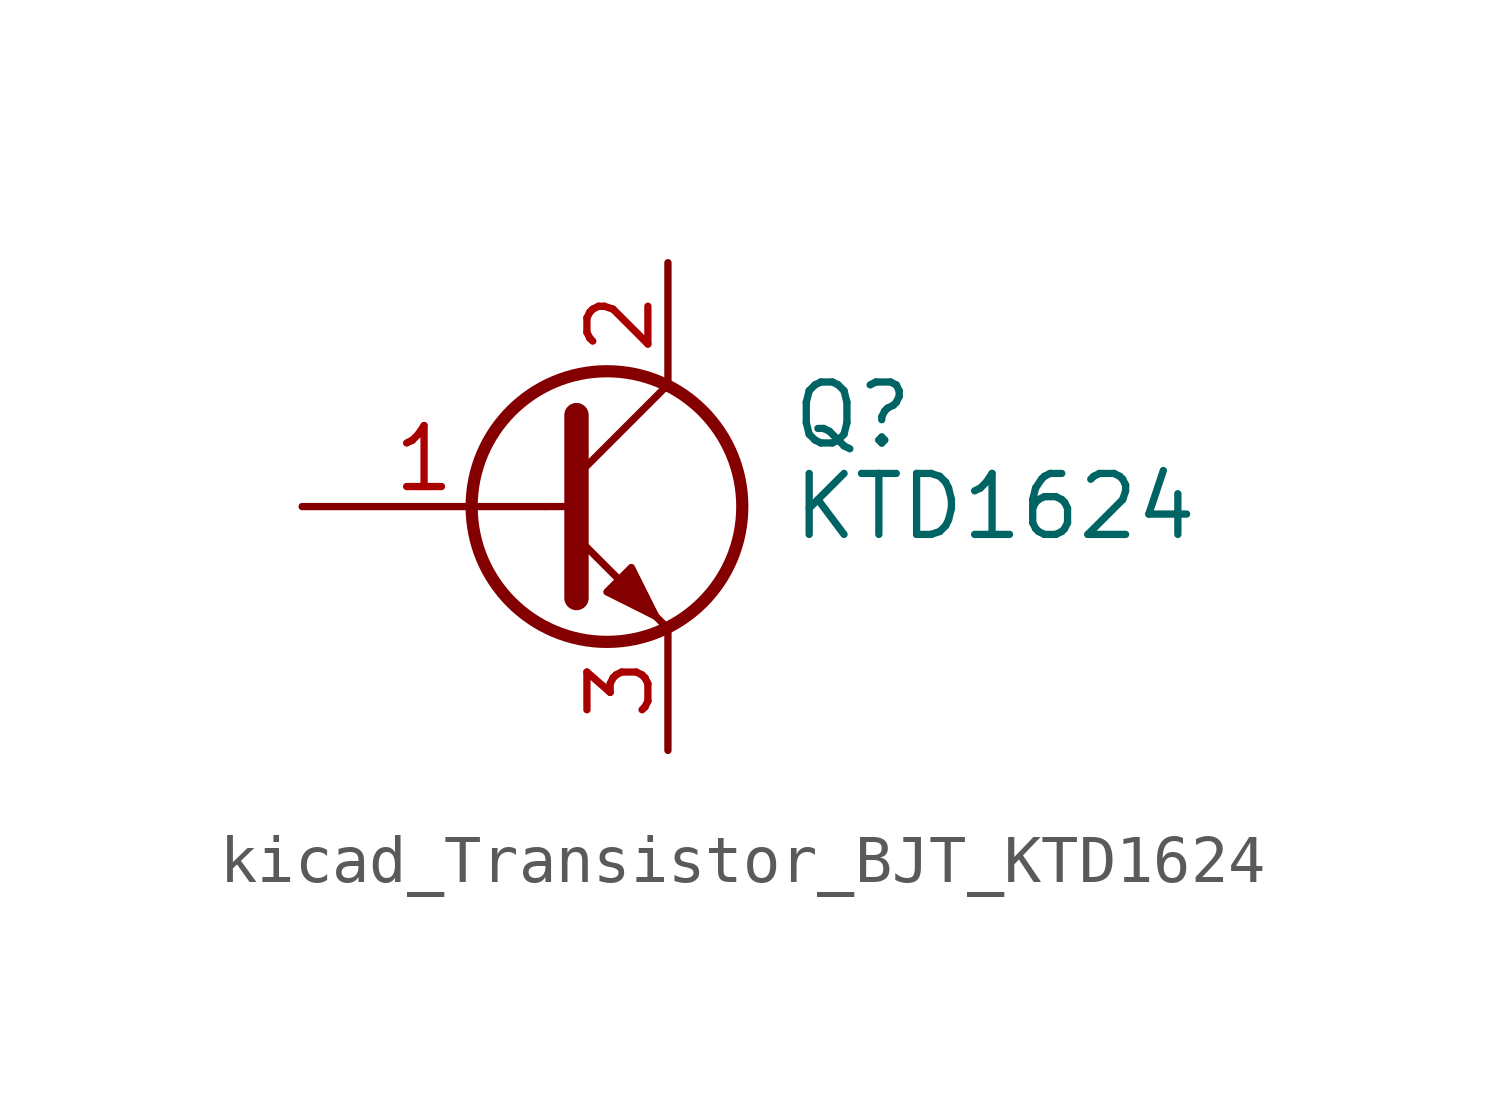
<source format=kicad_sym>
(kicad_symbol_lib
  (version 20220914)
  (generator kicad_symbol_editor)
  (symbol "kicad_Transistor_BJT_KTD1624"
    (pin_names
      (offset 0) hide)
    (property "Reference" "Q"
      (at 5.08 1.905 0)
      (effects (font (size 1.27 1.27)) (justify left)))
    (property "Value" "KTD1624"
      (at 5.08 0 0)
      (effects (font (size 1.27 1.27)) (justify left)))
    (symbol "kicad_Transistor_BJT_KTD1624_0_1"
      (polyline (pts (xy 0 0) (xy 0.635 0)) (stroke (width 0) (type default)) (fill (type none)))
      (polyline (pts (xy 0.635 0.635) (xy 2.54 2.54)) (stroke (width 0) (type default)) (fill (type none)))
      (polyline (pts (xy 0.635 -0.635) (xy 2.54 -2.54) (xy 2.54 -2.54)) (stroke (width 0) (type default)) (fill (type none)))
      (polyline (pts (xy 0.635 1.905) (xy 0.635 -1.905) (xy 0.635 -1.905)) (stroke (width 0.508) (type default)) (fill (type none)))
      (polyline (pts (xy 1.27 -1.778) (xy 1.778 -1.27) (xy 2.286 -2.286) (xy 1.27 -1.778) (xy 1.27 -1.778)) (stroke (width 0) (type default)) (fill (type outline)))
      (circle (center 1.27 0) (radius 2.819) (stroke (width 0.254) (type default)) (fill (type none))))
    (symbol "kicad_Transistor_BJT_KTD1624_1_1"
      (pin input line (at -5.08 0 0) (length 5.08) (name "B" (effects (font (size 1.27 1.27)))) (number "1" (effects (font (size 1.27 1.27)))))
      (pin passive line (at 2.54 5.08 270) (length 2.54) (name "C" (effects (font (size 1.27 1.27)))) (number "2" (effects (font (size 1.27 1.27)))))
      (pin passive line (at 2.54 -5.08 90) (length 2.54) (name "E" (effects (font (size 1.27 1.27)))) (number "3" (effects (font (size 1.27 1.27))))))))
</source>
